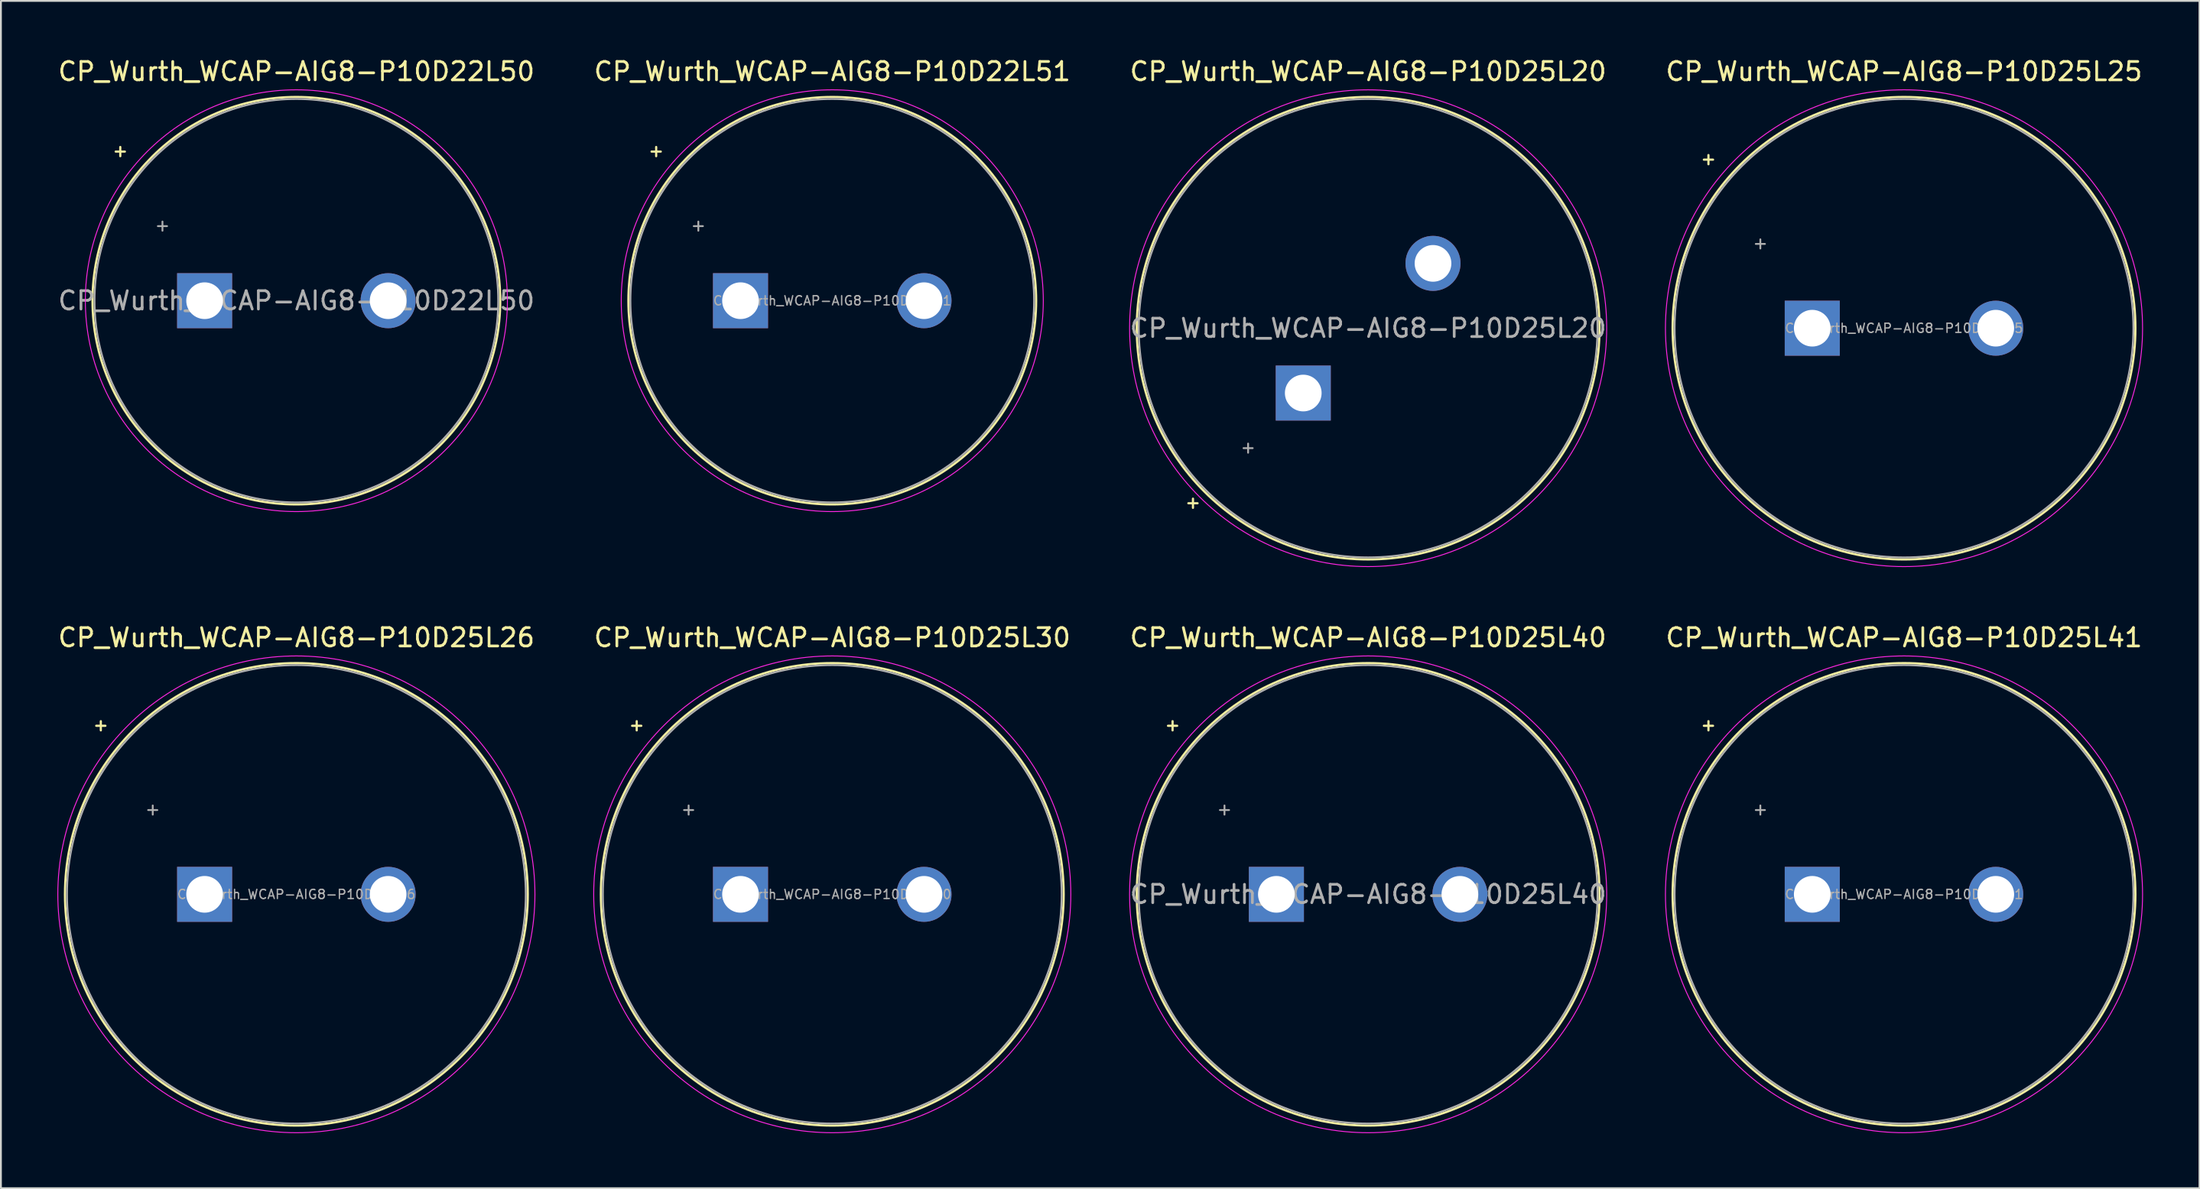
<source format=kicad_pcb>
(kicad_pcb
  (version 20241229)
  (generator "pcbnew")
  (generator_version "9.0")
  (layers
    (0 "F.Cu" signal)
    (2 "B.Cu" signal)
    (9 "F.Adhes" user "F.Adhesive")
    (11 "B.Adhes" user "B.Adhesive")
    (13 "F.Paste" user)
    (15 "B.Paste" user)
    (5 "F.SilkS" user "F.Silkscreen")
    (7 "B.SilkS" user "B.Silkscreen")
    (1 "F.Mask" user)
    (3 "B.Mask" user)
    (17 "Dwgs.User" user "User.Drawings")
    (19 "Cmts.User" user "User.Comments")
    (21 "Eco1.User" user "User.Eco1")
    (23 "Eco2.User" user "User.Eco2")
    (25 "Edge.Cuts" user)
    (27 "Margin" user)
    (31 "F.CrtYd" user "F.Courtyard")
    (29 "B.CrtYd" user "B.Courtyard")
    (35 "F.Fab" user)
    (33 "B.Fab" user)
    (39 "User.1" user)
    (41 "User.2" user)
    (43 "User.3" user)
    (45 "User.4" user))
  (footprint "CP_Wurth_WCAP-AIG8-P10D22L51"
    (layer "F.Cu")
    (at 37.304 13.348)
    (property "Reference" "CP_Wurth_WCAP-AIG8-P10D22L51" (at 5 -12.5 0) (unlocked yes) (layer "F.SilkS") (effects (font (size 1 1) (thickness 0.15))))
    (attr through_hole)
    (fp_line (start -4.846 -8.132) (end -4.346 -8.132) (stroke (width 0.12) (type solid)) (layer "F.SilkS"))
    (fp_line (start -4.596 -7.882) (end -4.596 -8.382) (stroke (width 0.12) (type solid)) (layer "F.SilkS"))
    (fp_circle (center 5 0) (end 16.11 0) (stroke (width 0.12) (type solid)) (fill no) (layer "F.SilkS"))
    (fp_circle (center 5 0) (end 16.5 0) (stroke (width 0.05) (type solid)) (fill no) (layer "F.CrtYd"))
    (fp_line (start -2.548 -4.066) (end -2.048 -4.066) (stroke (width 0.1) (type default)) (layer "F.Fab"))
    (fp_line (start -2.298 -3.816) (end -2.298 -4.316) (stroke (width 0.1) (type default)) (layer "F.Fab"))
    (fp_circle (center 5 0) (end 16 0) (stroke (width 0.1) (type solid)) (fill no) (layer "F.Fab"))
    (fp_text user "${REFERENCE}" (at 5 0 0) (unlocked yes) (layer "F.Fab") (effects (font (size 0.5 0.5) (thickness 0.075))))
    (pad "1" thru_hole rect (at 0 0) (size 3 3) (drill 2) (layers "*.Cu" "*.Mask"))
    (pad "2" thru_hole circle (at 10 0) (size 3 3) (drill 2) (layers "*.Cu" "*.Mask")))
  (footprint "CP_Wurth_WCAP-AIG8-P10D25L40"
    (layer "F.Cu")
    (at 66.506 45.721)
    (property "Reference" "CP_Wurth_WCAP-AIG8-P10D25L40" (at 5 -14 0) (unlocked yes) (layer "F.SilkS") (effects (font (size 1 1) (thickness 0.15))))
    (attr through_hole)
    (fp_line (start -5.907 -9.192) (end -5.407 -9.192) (stroke (width 0.12) (type solid)) (layer "F.SilkS"))
    (fp_line (start -5.657 -8.942) (end -5.657 -9.442) (stroke (width 0.12) (type solid)) (layer "F.SilkS"))
    (fp_circle (center 5 0) (end 17.61 0) (stroke (width 0.12) (type solid)) (fill no) (layer "F.SilkS"))
    (fp_circle (center 5 0) (end 18 0) (stroke (width 0.05) (type solid)) (fill no) (layer "F.CrtYd"))
    (fp_line (start -3.078 -4.596) (end -2.578 -4.596) (stroke (width 0.1) (type default)) (layer "F.Fab"))
    (fp_line (start -2.828 -4.346) (end -2.828 -4.846) (stroke (width 0.1) (type default)) (layer "F.Fab"))
    (fp_circle (center 5 0) (end 17.5 0) (stroke (width 0.1) (type solid)) (fill no) (layer "F.Fab"))
    (fp_text user "${REFERENCE}" (at 5 0 0) (unlocked yes) (layer "F.Fab") (effects (font (size 1 1) (thickness 0.15))))
    (pad "1" thru_hole rect (at 0 0) (size 3 3) (drill 2) (layers "*.Cu" "*.Mask"))
    (pad "2" thru_hole circle (at 10 0) (size 3 3) (drill 2) (layers "*.Cu" "*.Mask")))
  (footprint "CP_Wurth_WCAP-AIG8-P10D25L26"
    (layer "F.Cu")
    (at 8.101 45.721)
    (property "Reference" "CP_Wurth_WCAP-AIG8-P10D25L26" (at 5 -14 0) (unlocked yes) (layer "F.SilkS") (effects (font (size 1 1) (thickness 0.15))))
    (attr through_hole)
    (fp_line (start -5.907 -9.192) (end -5.407 -9.192) (stroke (width 0.12) (type solid)) (layer "F.SilkS"))
    (fp_line (start -5.657 -8.942) (end -5.657 -9.442) (stroke (width 0.12) (type solid)) (layer "F.SilkS"))
    (fp_circle (center 5 0) (end 17.61 0) (stroke (width 0.12) (type solid)) (fill no) (layer "F.SilkS"))
    (fp_circle (center 5 0) (end 18 0) (stroke (width 0.05) (type solid)) (fill no) (layer "F.CrtYd"))
    (fp_line (start -3.078 -4.596) (end -2.578 -4.596) (stroke (width 0.1) (type default)) (layer "F.Fab"))
    (fp_line (start -2.828 -4.346) (end -2.828 -4.846) (stroke (width 0.1) (type default)) (layer "F.Fab"))
    (fp_circle (center 5 0) (end 17.5 0) (stroke (width 0.1) (type solid)) (fill no) (layer "F.Fab"))
    (fp_text user "${REFERENCE}" (at 5 0 0) (unlocked yes) (layer "F.Fab") (effects (font (size 0.5 0.5) (thickness 0.075))))
    (pad "1" thru_hole rect (at 0 0) (size 3 3) (drill 2) (layers "*.Cu" "*.Mask"))
    (pad "2" thru_hole circle (at 10 0) (size 3 3) (drill 2) (layers "*.Cu" "*.Mask")))
  (footprint "CP_Wurth_WCAP-AIG8-P10D22L50"
    (layer "F.Cu")
    (at 8.101 13.348)
    (property "Reference" "CP_Wurth_WCAP-AIG8-P10D22L50" (at 5 -12.5 0) (unlocked yes) (layer "F.SilkS") (effects (font (size 1 1) (thickness 0.15))))
    (attr through_hole)
    (fp_line (start -4.846 -8.132) (end -4.346 -8.132) (stroke (width 0.12) (type solid)) (layer "F.SilkS"))
    (fp_line (start -4.596 -7.882) (end -4.596 -8.382) (stroke (width 0.12) (type solid)) (layer "F.SilkS"))
    (fp_circle (center 5 0) (end 16.11 0) (stroke (width 0.12) (type solid)) (fill no) (layer "F.SilkS"))
    (fp_circle (center 5 0) (end 16.5 0) (stroke (width 0.05) (type solid)) (fill no) (layer "F.CrtYd"))
    (fp_line (start -2.548 -4.066) (end -2.048 -4.066) (stroke (width 0.1) (type default)) (layer "F.Fab"))
    (fp_line (start -2.298 -3.816) (end -2.298 -4.316) (stroke (width 0.1) (type default)) (layer "F.Fab"))
    (fp_circle (center 5 0) (end 16 0) (stroke (width 0.1) (type solid)) (fill no) (layer "F.Fab"))
    (fp_text user "${REFERENCE}" (at 5 0 0) (unlocked yes) (layer "F.Fab") (effects (font (size 1 1) (thickness 0.15))))
    (pad "1" thru_hole rect (at 0 0) (size 3 3) (drill 2) (layers "*.Cu" "*.Mask"))
    (pad "2" thru_hole circle (at 10 0) (size 3 3) (drill 2) (layers "*.Cu" "*.Mask")))
  (footprint "CP_Wurth_WCAP-AIG8-P10D25L30"
    (layer "F.Cu")
    (at 37.304 45.721)
    (property "Reference" "CP_Wurth_WCAP-AIG8-P10D25L30" (at 5 -14 0) (unlocked yes) (layer "F.SilkS") (effects (font (size 1 1) (thickness 0.15))))
    (attr through_hole)
    (fp_line (start -5.907 -9.192) (end -5.407 -9.192) (stroke (width 0.12) (type solid)) (layer "F.SilkS"))
    (fp_line (start -5.657 -8.942) (end -5.657 -9.442) (stroke (width 0.12) (type solid)) (layer "F.SilkS"))
    (fp_circle (center 5 0) (end 17.61 0) (stroke (width 0.12) (type solid)) (fill no) (layer "F.SilkS"))
    (fp_circle (center 5 0) (end 18 0) (stroke (width 0.05) (type solid)) (fill no) (layer "F.CrtYd"))
    (fp_line (start -3.078 -4.596) (end -2.578 -4.596) (stroke (width 0.1) (type default)) (layer "F.Fab"))
    (fp_line (start -2.828 -4.346) (end -2.828 -4.846) (stroke (width 0.1) (type default)) (layer "F.Fab"))
    (fp_circle (center 5 0) (end 17.5 0) (stroke (width 0.1) (type solid)) (fill no) (layer "F.Fab"))
    (fp_text user "${REFERENCE}" (at 5 0 0) (unlocked yes) (layer "F.Fab") (effects (font (size 0.5 0.5) (thickness 0.075))))
    (pad "1" thru_hole rect (at 0 0) (size 3 3) (drill 2) (layers "*.Cu" "*.Mask"))
    (pad "2" thru_hole circle (at 10 0) (size 3 3) (drill 2) (layers "*.Cu" "*.Mask")))
  (footprint "CP_Wurth_WCAP-AIG8-P10D25L20"
    (layer "F.Cu")
    (at 67.97 18.384)
    (property "Reference" "CP_Wurth_WCAP-AIG8-P10D25L20" (at 3.536 -17.536 0) (unlocked yes) (layer "F.SilkS") (effects (font (size 1 1) (thickness 0.15))))
    (attr through_hole)
    (fp_line (start -6.26 6.01) (end -5.76 6.01) (stroke (width 0.12) (type solid)) (layer "F.SilkS"))
    (fp_line (start -6.01 5.76) (end -6.01 6.26) (stroke (width 0.12) (type solid)) (layer "F.SilkS"))
    (fp_circle (center 3.536 -3.536) (end 12.452 -12.452) (stroke (width 0.12) (type solid)) (fill no) (layer "F.SilkS"))
    (fp_circle (center 3.536 -3.536) (end 12.728 -12.728) (stroke (width 0.05) (type solid)) (fill no) (layer "F.CrtYd"))
    (fp_line (start -3.255 3.005) (end -2.755 3.005) (stroke (width 0.1) (type default)) (layer "F.Fab"))
    (fp_line (start -3.005 2.755) (end -3.005 3.255) (stroke (width 0.1) (type default)) (layer "F.Fab"))
    (fp_circle (center 3.536 -3.536) (end 12.374 -12.374) (stroke (width 0.1) (type solid)) (fill no) (layer "F.Fab"))
    (fp_text user "${REFERENCE}" (at 3.536 -3.536 0) (unlocked yes) (layer "F.Fab") (effects (font (size 1 1) (thickness 0.15))))
    (pad "1" thru_hole rect (at 0 0) (size 3 3) (drill 2) (layers "*.Cu" "*.Mask"))
    (pad "2" thru_hole circle (at 7.071 -7.071) (size 3 3) (drill 2) (layers "*.Cu" "*.Mask")))
  (footprint "CP_Wurth_WCAP-AIG8-P10D25L41"
    (layer "F.Cu")
    (at 95.708 45.721)
    (property "Reference" "CP_Wurth_WCAP-AIG8-P10D25L41" (at 5 -14 0) (unlocked yes) (layer "F.SilkS") (effects (font (size 1 1) (thickness 0.15))))
    (attr through_hole)
    (fp_line (start -5.907 -9.192) (end -5.407 -9.192) (stroke (width 0.12) (type solid)) (layer "F.SilkS"))
    (fp_line (start -5.657 -8.942) (end -5.657 -9.442) (stroke (width 0.12) (type solid)) (layer "F.SilkS"))
    (fp_circle (center 5 0) (end 17.61 0) (stroke (width 0.12) (type solid)) (fill no) (layer "F.SilkS"))
    (fp_circle (center 5 0) (end 18 0) (stroke (width 0.05) (type solid)) (fill no) (layer "F.CrtYd"))
    (fp_line (start -3.078 -4.596) (end -2.578 -4.596) (stroke (width 0.1) (type default)) (layer "F.Fab"))
    (fp_line (start -2.828 -4.346) (end -2.828 -4.846) (stroke (width 0.1) (type default)) (layer "F.Fab"))
    (fp_circle (center 5 0) (end 17.5 0) (stroke (width 0.1) (type solid)) (fill no) (layer "F.Fab"))
    (fp_text user "${REFERENCE}" (at 5 0 0) (unlocked yes) (layer "F.Fab") (effects (font (size 0.5 0.5) (thickness 0.075))))
    (pad "1" thru_hole rect (at 0 0) (size 3 3) (drill 2) (layers "*.Cu" "*.Mask"))
    (pad "2" thru_hole circle (at 10 0) (size 3 3) (drill 2) (layers "*.Cu" "*.Mask")))
  (footprint "CP_Wurth_WCAP-AIG8-P10D25L25"
    (layer "F.Cu")
    (at 95.708 14.848)
    (property "Reference" "CP_Wurth_WCAP-AIG8-P10D25L25" (at 5 -14 0) (unlocked yes) (layer "F.SilkS") (effects (font (size 1 1) (thickness 0.15))))
    (attr through_hole)
    (fp_line (start -5.907 -9.192) (end -5.407 -9.192) (stroke (width 0.12) (type solid)) (layer "F.SilkS"))
    (fp_line (start -5.657 -8.942) (end -5.657 -9.442) (stroke (width 0.12) (type solid)) (layer "F.SilkS"))
    (fp_circle (center 5 0) (end 17.61 0) (stroke (width 0.12) (type solid)) (fill no) (layer "F.SilkS"))
    (fp_circle (center 5 0) (end 18 0) (stroke (width 0.05) (type solid)) (fill no) (layer "F.CrtYd"))
    (fp_line (start -3.078 -4.596) (end -2.578 -4.596) (stroke (width 0.1) (type default)) (layer "F.Fab"))
    (fp_line (start -2.828 -4.346) (end -2.828 -4.846) (stroke (width 0.1) (type default)) (layer "F.Fab"))
    (fp_circle (center 5 0) (end 17.5 0) (stroke (width 0.1) (type solid)) (fill no) (layer "F.Fab"))
    (fp_text user "${REFERENCE}" (at 5 0 0) (unlocked yes) (layer "F.Fab") (effects (font (size 0.5 0.5) (thickness 0.075))))
    (pad "1" thru_hole rect (at 0 0) (size 3 3) (drill 2) (layers "*.Cu" "*.Mask"))
    (pad "2" thru_hole circle (at 10 0) (size 3 3) (drill 2) (layers "*.Cu" "*.Mask")))
  (gr_rect
    (start -3 -3)
    (end 116.81 61.746)
    (stroke (width 0.1) (type default))
    (fill no)
    (layer "Edge.Cuts")))
</source>
